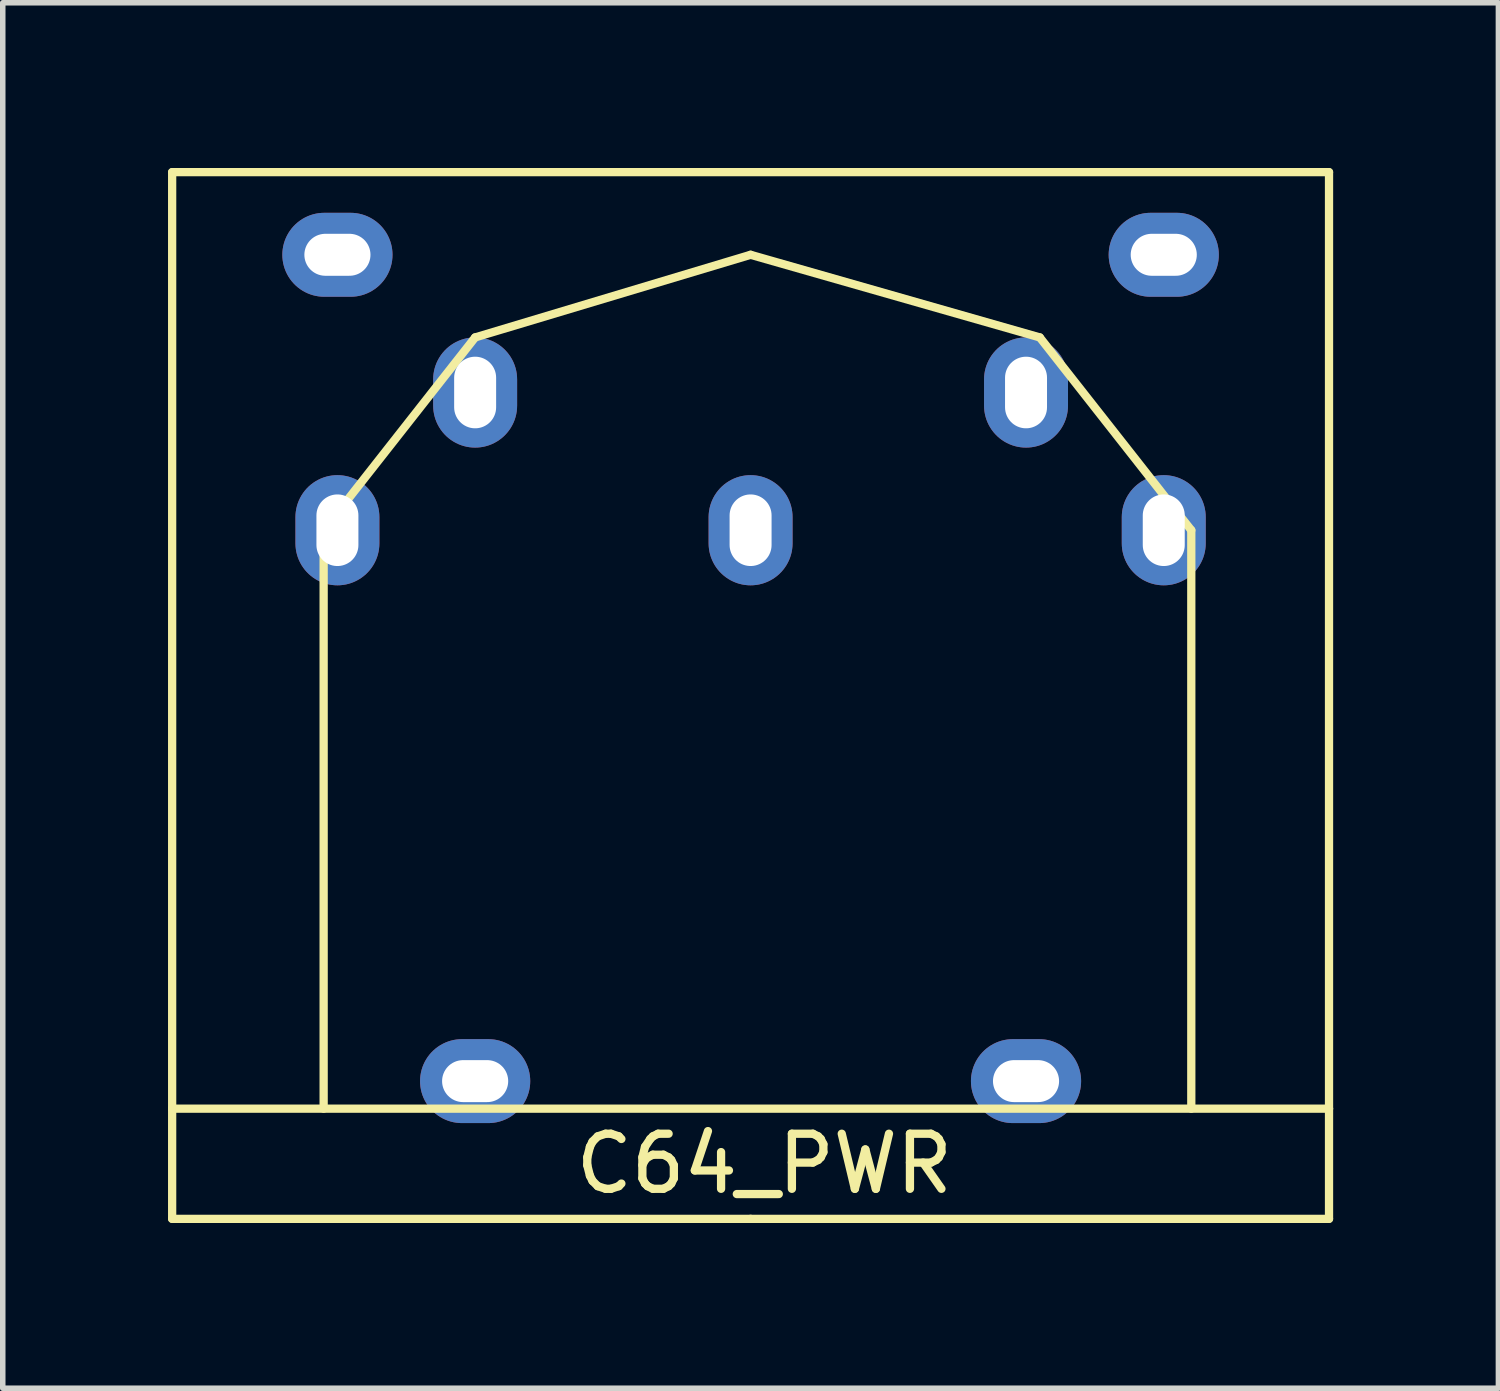
<source format=kicad_pcb>
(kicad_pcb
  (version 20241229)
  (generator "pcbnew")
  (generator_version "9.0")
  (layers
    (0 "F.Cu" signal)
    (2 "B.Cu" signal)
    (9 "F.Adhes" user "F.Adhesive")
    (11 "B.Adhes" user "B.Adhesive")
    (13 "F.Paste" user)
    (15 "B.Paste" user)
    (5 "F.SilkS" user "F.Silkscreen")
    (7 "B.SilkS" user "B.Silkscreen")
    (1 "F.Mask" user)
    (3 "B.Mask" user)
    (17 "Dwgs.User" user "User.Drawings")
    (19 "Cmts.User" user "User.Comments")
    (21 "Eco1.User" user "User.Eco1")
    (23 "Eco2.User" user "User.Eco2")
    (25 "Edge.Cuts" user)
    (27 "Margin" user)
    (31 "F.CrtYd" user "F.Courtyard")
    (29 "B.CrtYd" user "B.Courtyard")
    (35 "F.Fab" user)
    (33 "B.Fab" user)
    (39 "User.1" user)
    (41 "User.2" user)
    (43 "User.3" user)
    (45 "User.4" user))
  (footprint "C64_PWR"
    (layer "F.Cu")
    (at 10.575 6.575)
    (property "Reference" "C64_PWR" (at 0.25 11.5 0) (layer "F.SilkS") (effects (font (size 1 1) (thickness 0.15))))
    (attr through_hole)
    (fp_line (start -10.5 -6.5) (end 10.5 -6.5) (stroke (width 0.15) (type solid)) (layer "F.SilkS"))
    (fp_line (start -10.5 10.5) (end -10.5 -6.5) (stroke (width 0.15) (type solid)) (layer "F.SilkS"))
    (fp_line (start -10.5 10.5) (end 10.5 10.5) (stroke (width 0.15) (type solid)) (layer "F.SilkS"))
    (fp_line (start -10.5 12.5) (end -10.5 10.5) (stroke (width 0.15) (type solid)) (layer "F.SilkS"))
    (fp_line (start -7.75 0) (end -5 -3.5) (stroke (width 0.15) (type solid)) (layer "F.SilkS"))
    (fp_line (start -7.75 10.5) (end -7.75 0) (stroke (width 0.15) (type solid)) (layer "F.SilkS"))
    (fp_line (start -5 -3.5) (end 0 -5) (stroke (width 0.15) (type solid)) (layer "F.SilkS"))
    (fp_line (start 0 -5) (end 5.25 -3.5) (stroke (width 0.15) (type solid)) (layer "F.SilkS"))
    (fp_line (start 0 12.5) (end -10.5 12.5) (stroke (width 0.15) (type solid)) (layer "F.SilkS"))
    (fp_line (start 0 12.5) (end 10.5 12.5) (stroke (width 0.15) (type solid)) (layer "F.SilkS"))
    (fp_line (start 5.25 -3.5) (end 8 0) (stroke (width 0.15) (type solid)) (layer "F.SilkS"))
    (fp_line (start 8 0) (end 8 10.5) (stroke (width 0.15) (type solid)) (layer "F.SilkS"))
    (fp_line (start 10.5 -6.5) (end 10.5 10.5) (stroke (width 0.15) (type solid)) (layer "F.SilkS"))
    (fp_line (start 10.5 10.5) (end 10.5 12.5) (stroke (width 0.15) (type solid)) (layer "F.SilkS"))
    (pad "1" thru_hole oval (at -7.5 -5) (size 2 1.524) (drill oval 1.2 0.762) (layers "*.Cu" "*.Mask"))
    (pad "1" thru_hole oval (at 7.5 0) (size 1.524 2) (drill oval 0.762 1.3) (layers "*.Cu" "*.Mask"))
    (pad "2" thru_hole oval (at 5 -2.5) (size 1.524 2) (drill oval 0.762 1.3) (layers "*.Cu" "*.Mask"))
    (pad "3" thru_hole oval (at 0 0) (size 1.524 2) (drill oval 0.762 1.3) (layers "*.Cu" "*.Mask"))
    (pad "4" thru_hole oval (at -5 -2.5) (size 1.524 2) (drill oval 0.762 1.3) (layers "*.Cu" "*.Mask"))
    (pad "5" thru_hole oval (at -7.5 0) (size 1.524 2) (drill oval 0.762 1.3) (layers "*.Cu" "*.Mask"))
    (pad "6" thru_hole oval (at 7.5 -5) (size 2 1.524) (drill oval 1.2 0.762) (layers "*.Cu" "*.Mask"))
    (pad "7" thru_hole oval (at -5 10) (size 2 1.524) (drill oval 1.2 0.762) (layers "*.Cu" "*.Mask"))
    (pad "8" thru_hole oval (at 5 10) (size 2 1.524) (drill oval 1.2 0.762) (layers "*.Cu" "*.Mask")))
  (gr_rect
    (start -3 -3)
    (end 24.15 22.15)
    (stroke (width 0.1) (type default))
    (fill no)
    (layer "Edge.Cuts")))
</source>
